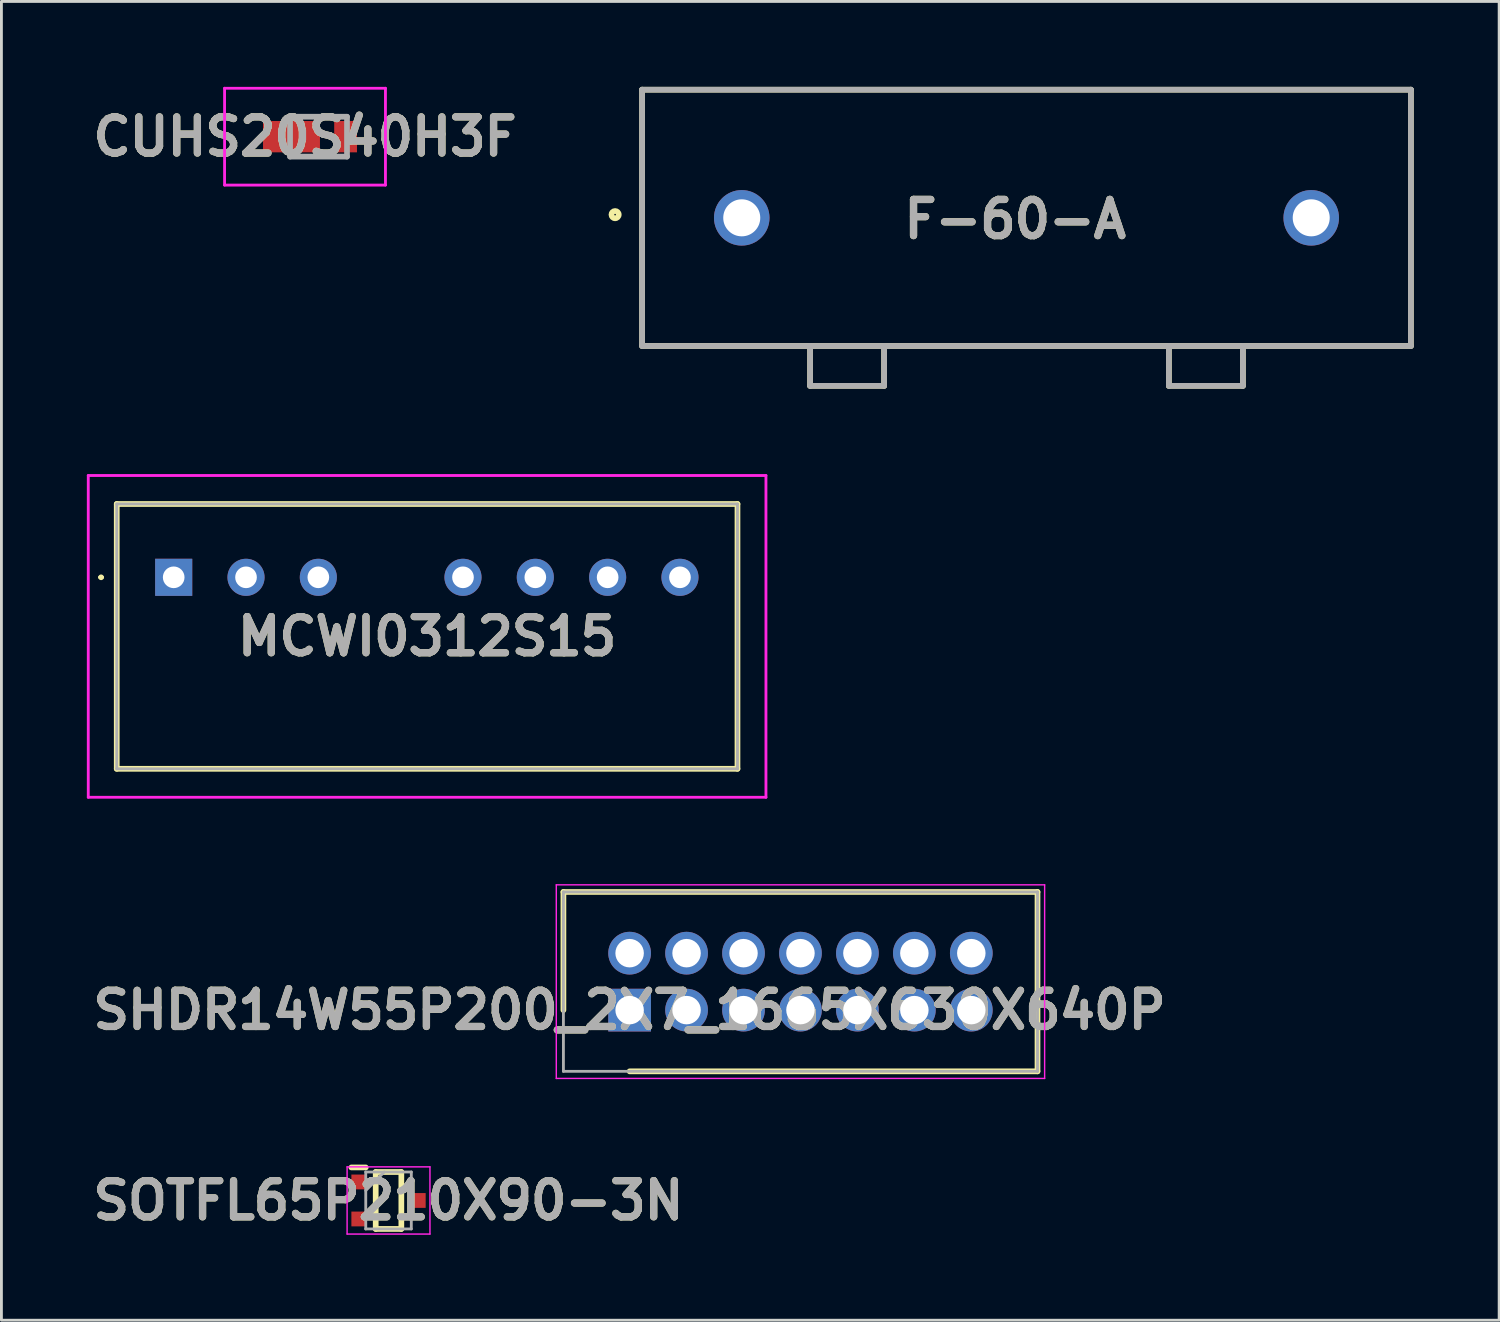
<source format=kicad_pcb>
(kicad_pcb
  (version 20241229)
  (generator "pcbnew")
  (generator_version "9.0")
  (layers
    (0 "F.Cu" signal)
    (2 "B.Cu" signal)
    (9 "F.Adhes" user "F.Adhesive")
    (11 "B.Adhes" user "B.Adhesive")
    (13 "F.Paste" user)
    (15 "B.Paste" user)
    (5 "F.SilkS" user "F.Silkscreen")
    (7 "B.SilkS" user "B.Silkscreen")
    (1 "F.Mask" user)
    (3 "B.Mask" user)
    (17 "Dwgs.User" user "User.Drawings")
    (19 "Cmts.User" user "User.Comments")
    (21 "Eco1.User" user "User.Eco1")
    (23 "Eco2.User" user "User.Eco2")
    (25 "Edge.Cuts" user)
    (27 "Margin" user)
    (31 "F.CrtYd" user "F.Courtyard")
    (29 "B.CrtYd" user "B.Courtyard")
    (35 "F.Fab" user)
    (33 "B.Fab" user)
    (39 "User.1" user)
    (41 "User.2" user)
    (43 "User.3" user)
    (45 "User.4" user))
  (footprint "F-60-A"
    (layer "F.Cu")
    (at 33 4.6)
    (property "Reference" "F-60-A" (at -0.399 0.05 0) (layer "F.SilkS") (effects (font (size 1.27 1.27) (thickness 0.254))))
    (attr through_hole)
    (fp_line (start -13.5 -4.5) (end 13.5 -4.5) (stroke (width 0.2) (type solid)) (layer "F.SilkS"))
    (fp_line (start -13.5 4.5) (end -13.5 -4.5) (stroke (width 0.2) (type solid)) (layer "F.SilkS"))
    (fp_line (start -7.6 4.5) (end -7.6 5.9) (stroke (width 0.2) (type solid)) (layer "F.SilkS"))
    (fp_line (start -7.6 5.9) (end -5 5.9) (stroke (width 0.2) (type solid)) (layer "F.SilkS"))
    (fp_line (start -5 5.9) (end -5 4.5) (stroke (width 0.2) (type solid)) (layer "F.SilkS"))
    (fp_line (start 5 4.5) (end 5 5.9) (stroke (width 0.2) (type solid)) (layer "F.SilkS"))
    (fp_line (start 5 5.9) (end 7.6 5.9) (stroke (width 0.2) (type solid)) (layer "F.SilkS"))
    (fp_line (start 7.6 5.9) (end 7.6 4.5) (stroke (width 0.2) (type solid)) (layer "F.SilkS"))
    (fp_line (start 13.5 -4.5) (end 13.5 4.5) (stroke (width 0.2) (type solid)) (layer "F.SilkS"))
    (fp_line (start 13.5 4.5) (end -13.5 4.5) (stroke (width 0.2) (type solid)) (layer "F.SilkS"))
    (fp_circle (center -14.448 -0.112) (end -14.448 0.016) (stroke (width 0.2) (type solid)) (fill no) (layer "F.SilkS"))
    (fp_line (start -13.5 -4.5) (end 13.5 -4.5) (stroke (width 0.2) (type solid)) (layer "F.Fab"))
    (fp_line (start -13.5 4.5) (end -13.5 -4.5) (stroke (width 0.2) (type solid)) (layer "F.Fab"))
    (fp_line (start -7.6 4.5) (end -7.6 5.9) (stroke (width 0.2) (type solid)) (layer "F.Fab"))
    (fp_line (start -7.6 5.9) (end -5 5.9) (stroke (width 0.2) (type solid)) (layer "F.Fab"))
    (fp_line (start -5 5.9) (end -5 4.5) (stroke (width 0.2) (type solid)) (layer "F.Fab"))
    (fp_line (start 5 4.5) (end 5 5.9) (stroke (width 0.2) (type solid)) (layer "F.Fab"))
    (fp_line (start 5 5.9) (end 7.6 5.9) (stroke (width 0.2) (type solid)) (layer "F.Fab"))
    (fp_line (start 7.6 5.9) (end 7.6 4.5) (stroke (width 0.2) (type solid)) (layer "F.Fab"))
    (fp_line (start 13.5 -4.5) (end 13.5 4.5) (stroke (width 0.2) (type solid)) (layer "F.Fab"))
    (fp_line (start 13.5 4.5) (end -13.5 4.5) (stroke (width 0.2) (type solid)) (layer "F.Fab"))
    (fp_text user "${REFERENCE}" (at -0.399 0.05 0) (layer "F.Fab") (effects (font (size 1.27 1.27) (thickness 0.254))))
    (pad "1" thru_hole circle (at -10 0) (size 1.95 1.95) (drill 1.3) (layers "*.Cu" "*.Mask"))
    (pad "2" thru_hole circle (at 10 0) (size 1.95 1.95) (drill 1.3) (layers "*.Cu" "*.Mask")))
  (footprint "SOTFL65P210X90-3N"
    (layer "F.Cu")
    (at 10.595 39.11)
    (property "Reference" "SOTFL65P210X90-3N" (at 0 0 0) (layer "F.SilkS") (effects (font (size 1.27 1.27) (thickness 0.254))))
    (attr smd)
    (fp_line (start -1.305 -1.16) (end -0.8 -1.16) (stroke (width 0.2) (type solid)) (layer "F.SilkS"))
    (fp_line (start -0.45 -1) (end 0.45 -1) (stroke (width 0.2) (type solid)) (layer "F.SilkS"))
    (fp_line (start -0.45 1) (end -0.45 -1) (stroke (width 0.2) (type solid)) (layer "F.SilkS"))
    (fp_line (start 0.45 -1) (end 0.45 1) (stroke (width 0.2) (type solid)) (layer "F.SilkS"))
    (fp_line (start 0.45 1) (end -0.45 1) (stroke (width 0.2) (type solid)) (layer "F.SilkS"))
    (fp_line (start -1.455 -1.18) (end 1.455 -1.18) (stroke (width 0.05) (type solid)) (layer "F.CrtYd"))
    (fp_line (start -1.455 1.18) (end -1.455 -1.18) (stroke (width 0.05) (type solid)) (layer "F.CrtYd"))
    (fp_line (start 1.455 -1.18) (end 1.455 1.18) (stroke (width 0.05) (type solid)) (layer "F.CrtYd"))
    (fp_line (start 1.455 1.18) (end -1.455 1.18) (stroke (width 0.05) (type solid)) (layer "F.CrtYd"))
    (fp_line (start -0.8 -1) (end 0.8 -1) (stroke (width 0.1) (type solid)) (layer "F.Fab"))
    (fp_line (start -0.8 -0.35) (end -0.15 -1) (stroke (width 0.1) (type solid)) (layer "F.Fab"))
    (fp_line (start -0.8 1) (end -0.8 -1) (stroke (width 0.1) (type solid)) (layer "F.Fab"))
    (fp_line (start 0.8 -1) (end 0.8 1) (stroke (width 0.1) (type solid)) (layer "F.Fab"))
    (fp_line (start 0.8 1) (end -0.8 1) (stroke (width 0.1) (type solid)) (layer "F.Fab"))
    (fp_text user "${REFERENCE}" (at 0 0 0) (layer "F.Fab") (effects (font (size 1.27 1.27) (thickness 0.254))))
    (pad "1" smd rect (at -1.052 -0.65) (size 0.505 0.52) (layers "F.Cu" "F.Mask" "F.Paste"))
    (pad "2" smd rect (at -1.052 0.65) (size 0.505 0.52) (layers "F.Cu" "F.Mask" "F.Paste"))
    (pad "3" smd rect (at 1.052 0) (size 0.505 0.52) (layers "F.Cu" "F.Mask" "F.Paste")))
  (footprint "MCWI0312S15"
    (layer "F.Cu")
    (at 3.05 17.225)
    (property "Reference" "MCWI0312S15" (at 8.9 2.075 0) (layer "F.SilkS") (effects (font (size 1.27 1.27) (thickness 0.254))))
    (attr through_hole)
    (fp_line (start -2.6 0) (end -2.6 0) (stroke (width 0.1) (type solid)) (layer "F.SilkS"))
    (fp_line (start -2.5 0) (end -2.5 0) (stroke (width 0.1) (type solid)) (layer "F.SilkS"))
    (fp_line (start -2 -2.575) (end 19.8 -2.575) (stroke (width 0.2) (type solid)) (layer "F.SilkS"))
    (fp_line (start -2 6.725) (end -2 -2.575) (stroke (width 0.2) (type solid)) (layer "F.SilkS"))
    (fp_line (start 19.8 -2.575) (end 19.8 6.725) (stroke (width 0.2) (type solid)) (layer "F.SilkS"))
    (fp_line (start 19.8 6.725) (end -2 6.725) (stroke (width 0.2) (type solid)) (layer "F.SilkS"))
    (fp_arc (start -2.6 0) (mid -2.55 -0.05) (end -2.5 0) (stroke (width 0.1) (type solid)) (layer "F.SilkS"))
    (fp_arc (start -2.5 0) (mid -2.55 0.05) (end -2.6 0) (stroke (width 0.1) (type solid)) (layer "F.SilkS"))
    (fp_line (start -3 -3.575) (end -3 7.725) (stroke (width 0.1) (type solid)) (layer "F.CrtYd"))
    (fp_line (start -3 7.725) (end 20.8 7.725) (stroke (width 0.1) (type solid)) (layer "F.CrtYd"))
    (fp_line (start 20.8 -3.575) (end -3 -3.575) (stroke (width 0.1) (type solid)) (layer "F.CrtYd"))
    (fp_line (start 20.8 7.725) (end 20.8 -3.575) (stroke (width 0.1) (type solid)) (layer "F.CrtYd"))
    (fp_line (start -2 -2.575) (end 19.8 -2.575) (stroke (width 0.1) (type solid)) (layer "F.Fab"))
    (fp_line (start -2 6.725) (end -2 -2.575) (stroke (width 0.1) (type solid)) (layer "F.Fab"))
    (fp_line (start 19.8 -2.575) (end 19.8 6.725) (stroke (width 0.1) (type solid)) (layer "F.Fab"))
    (fp_line (start 19.8 6.725) (end -2 6.725) (stroke (width 0.1) (type solid)) (layer "F.Fab"))
    (fp_text user "${REFERENCE}" (at 8.9 2.075 0) (layer "F.Fab") (effects (font (size 1.27 1.27) (thickness 0.254))))
    (pad "1" thru_hole rect (at 0 0) (size 1.303 1.303) (drill 0.76) (layers "*.Cu" "*.Mask"))
    (pad "2" thru_hole circle (at 2.54 0) (size 1.303 1.303) (drill 0.76) (layers "*.Cu" "*.Mask"))
    (pad "3" thru_hole circle (at 5.08 0) (size 1.303 1.303) (drill 0.76) (layers "*.Cu" "*.Mask"))
    (pad "5" thru_hole circle (at 10.16 0) (size 1.303 1.303) (drill 0.76) (layers "*.Cu" "*.Mask"))
    (pad "6" thru_hole circle (at 12.7 0) (size 1.303 1.303) (drill 0.76) (layers "*.Cu" "*.Mask"))
    (pad "7" thru_hole circle (at 15.24 0) (size 1.303 1.303) (drill 0.76) (layers "*.Cu" "*.Mask"))
    (pad "8" thru_hole circle (at 17.78 0) (size 1.303 1.303) (drill 0.76) (layers "*.Cu" "*.Mask")))
  (footprint "SHDR14W55P200_2X7_1665X630X640P"
    (layer "F.Cu")
    (at 19.062 32.425)
    (property "Reference" "SHDR14W55P200_2X7_1665X630X640P" (at 0 0 0) (layer "F.SilkS") (effects (font (size 1.27 1.27) (thickness 0.254))))
    (attr through_hole)
    (fp_line (start -2.325 -4.15) (end -2.325 0) (stroke (width 0.2) (type solid)) (layer "F.SilkS"))
    (fp_line (start 0 2.15) (end 14.325 2.15) (stroke (width 0.2) (type solid)) (layer "F.SilkS"))
    (fp_line (start 14.325 -4.15) (end -2.325 -4.15) (stroke (width 0.2) (type solid)) (layer "F.SilkS"))
    (fp_line (start 14.325 2.15) (end 14.325 -4.15) (stroke (width 0.2) (type solid)) (layer "F.SilkS"))
    (fp_line (start -2.575 -4.4) (end 14.575 -4.4) (stroke (width 0.05) (type solid)) (layer "F.CrtYd"))
    (fp_line (start -2.575 2.4) (end -2.575 -4.4) (stroke (width 0.05) (type solid)) (layer "F.CrtYd"))
    (fp_line (start 14.575 -4.4) (end 14.575 2.4) (stroke (width 0.05) (type solid)) (layer "F.CrtYd"))
    (fp_line (start 14.575 2.4) (end -2.575 2.4) (stroke (width 0.05) (type solid)) (layer "F.CrtYd"))
    (fp_line (start -2.325 -4.15) (end 14.325 -4.15) (stroke (width 0.1) (type solid)) (layer "F.Fab"))
    (fp_line (start -2.325 2.15) (end -2.325 -4.15) (stroke (width 0.1) (type solid)) (layer "F.Fab"))
    (fp_line (start 14.325 -4.15) (end 14.325 2.15) (stroke (width 0.1) (type solid)) (layer "F.Fab"))
    (fp_line (start 14.325 2.15) (end -2.325 2.15) (stroke (width 0.1) (type solid)) (layer "F.Fab"))
    (fp_text user "${REFERENCE}" (at 0 0 0) (layer "F.Fab") (effects (font (size 1.27 1.27) (thickness 0.254))))
    (pad "1" thru_hole rect (at 0 0) (size 1.5 1.5) (drill 1) (layers "*.Cu" "*.Mask"))
    (pad "2" thru_hole circle (at 0 -2) (size 1.5 1.5) (drill 1) (layers "*.Cu" "*.Mask"))
    (pad "3" thru_hole circle (at 2 0) (size 1.5 1.5) (drill 1) (layers "*.Cu" "*.Mask"))
    (pad "4" thru_hole circle (at 2 -2) (size 1.5 1.5) (drill 1) (layers "*.Cu" "*.Mask"))
    (pad "5" thru_hole circle (at 4 0) (size 1.5 1.5) (drill 1) (layers "*.Cu" "*.Mask"))
    (pad "6" thru_hole circle (at 4 -2) (size 1.5 1.5) (drill 1) (layers "*.Cu" "*.Mask"))
    (pad "7" thru_hole circle (at 6 0) (size 1.5 1.5) (drill 1) (layers "*.Cu" "*.Mask"))
    (pad "8" thru_hole circle (at 6 -2) (size 1.5 1.5) (drill 1) (layers "*.Cu" "*.Mask"))
    (pad "9" thru_hole circle (at 8 0) (size 1.5 1.5) (drill 1) (layers "*.Cu" "*.Mask"))
    (pad "10" thru_hole circle (at 8 -2) (size 1.5 1.5) (drill 1) (layers "*.Cu" "*.Mask"))
    (pad "11" thru_hole circle (at 10 0) (size 1.5 1.5) (drill 1) (layers "*.Cu" "*.Mask"))
    (pad "12" thru_hole circle (at 10 -2) (size 1.5 1.5) (drill 1) (layers "*.Cu" "*.Mask"))
    (pad "13" thru_hole circle (at 12 0) (size 1.5 1.5) (drill 1) (layers "*.Cu" "*.Mask"))
    (pad "14" thru_hole circle (at 12 -2) (size 1.5 1.5) (drill 1) (layers "*.Cu" "*.Mask")))
  (footprint "CUHS20S40H3F"
    (layer "F.Cu")
    (at 8.137 1.75)
    (property "Reference" "CUHS20S40H3F" (at -0.475 0 0) (layer "F.SilkS") (effects (font (size 1.27 1.27) (thickness 0.254))))
    (attr smd)
    (fp_line (start -2.3 0.3) (end -2.3 0.3) (stroke (width 0.1) (type solid)) (layer "F.SilkS"))
    (fp_line (start -2.2 0.3) (end -2.2 0.3) (stroke (width 0.1) (type solid)) (layer "F.SilkS"))
    (fp_line (start -0.95 -0.7) (end 1 -0.7) (stroke (width 0.1) (type solid)) (layer "F.SilkS"))
    (fp_line (start -0.9 0.7) (end 0.9 0.7) (stroke (width 0.1) (type solid)) (layer "F.SilkS"))
    (fp_arc (start -2.3 0.3) (mid -2.25 0.25) (end -2.2 0.3) (stroke (width 0.1) (type solid)) (layer "F.SilkS"))
    (fp_arc (start -2.2 0.3) (mid -2.25 0.35) (end -2.3 0.3) (stroke (width 0.1) (type solid)) (layer "F.SilkS"))
    (fp_line (start -3.3 -1.7) (end 2.35 -1.7) (stroke (width 0.1) (type solid)) (layer "F.CrtYd"))
    (fp_line (start -3.3 1.7) (end -3.3 -1.7) (stroke (width 0.1) (type solid)) (layer "F.CrtYd"))
    (fp_line (start 2.35 -1.7) (end 2.35 1.7) (stroke (width 0.1) (type solid)) (layer "F.CrtYd"))
    (fp_line (start 2.35 1.7) (end -3.3 1.7) (stroke (width 0.1) (type solid)) (layer "F.CrtYd"))
    (fp_line (start -1 -0.7) (end 1 -0.7) (stroke (width 0.2) (type solid)) (layer "F.Fab"))
    (fp_line (start -1 0.7) (end -1 -0.7) (stroke (width 0.2) (type solid)) (layer "F.Fab"))
    (fp_line (start 1 -0.7) (end 1 0.7) (stroke (width 0.2) (type solid)) (layer "F.Fab"))
    (fp_line (start 1 0.7) (end -1 0.7) (stroke (width 0.2) (type solid)) (layer "F.Fab"))
    (fp_text user "${REFERENCE}" (at -0.475 0 0) (layer "F.Fab") (effects (font (size 1.27 1.27) (thickness 0.254))))
    (pad "1" smd rect (at -0.95 0 90) (size 1.1 2) (layers "F.Cu" "F.Mask" "F.Paste"))
    (pad "2" smd rect (at 0.95 0) (size 0.8 1.1) (layers "F.Cu" "F.Mask" "F.Paste")))
  (gr_rect
    (start -3 -3)
    (end 49.6 43.315)
    (stroke (width 0.1) (type default))
    (fill no)
    (layer "Edge.Cuts")))
</source>
